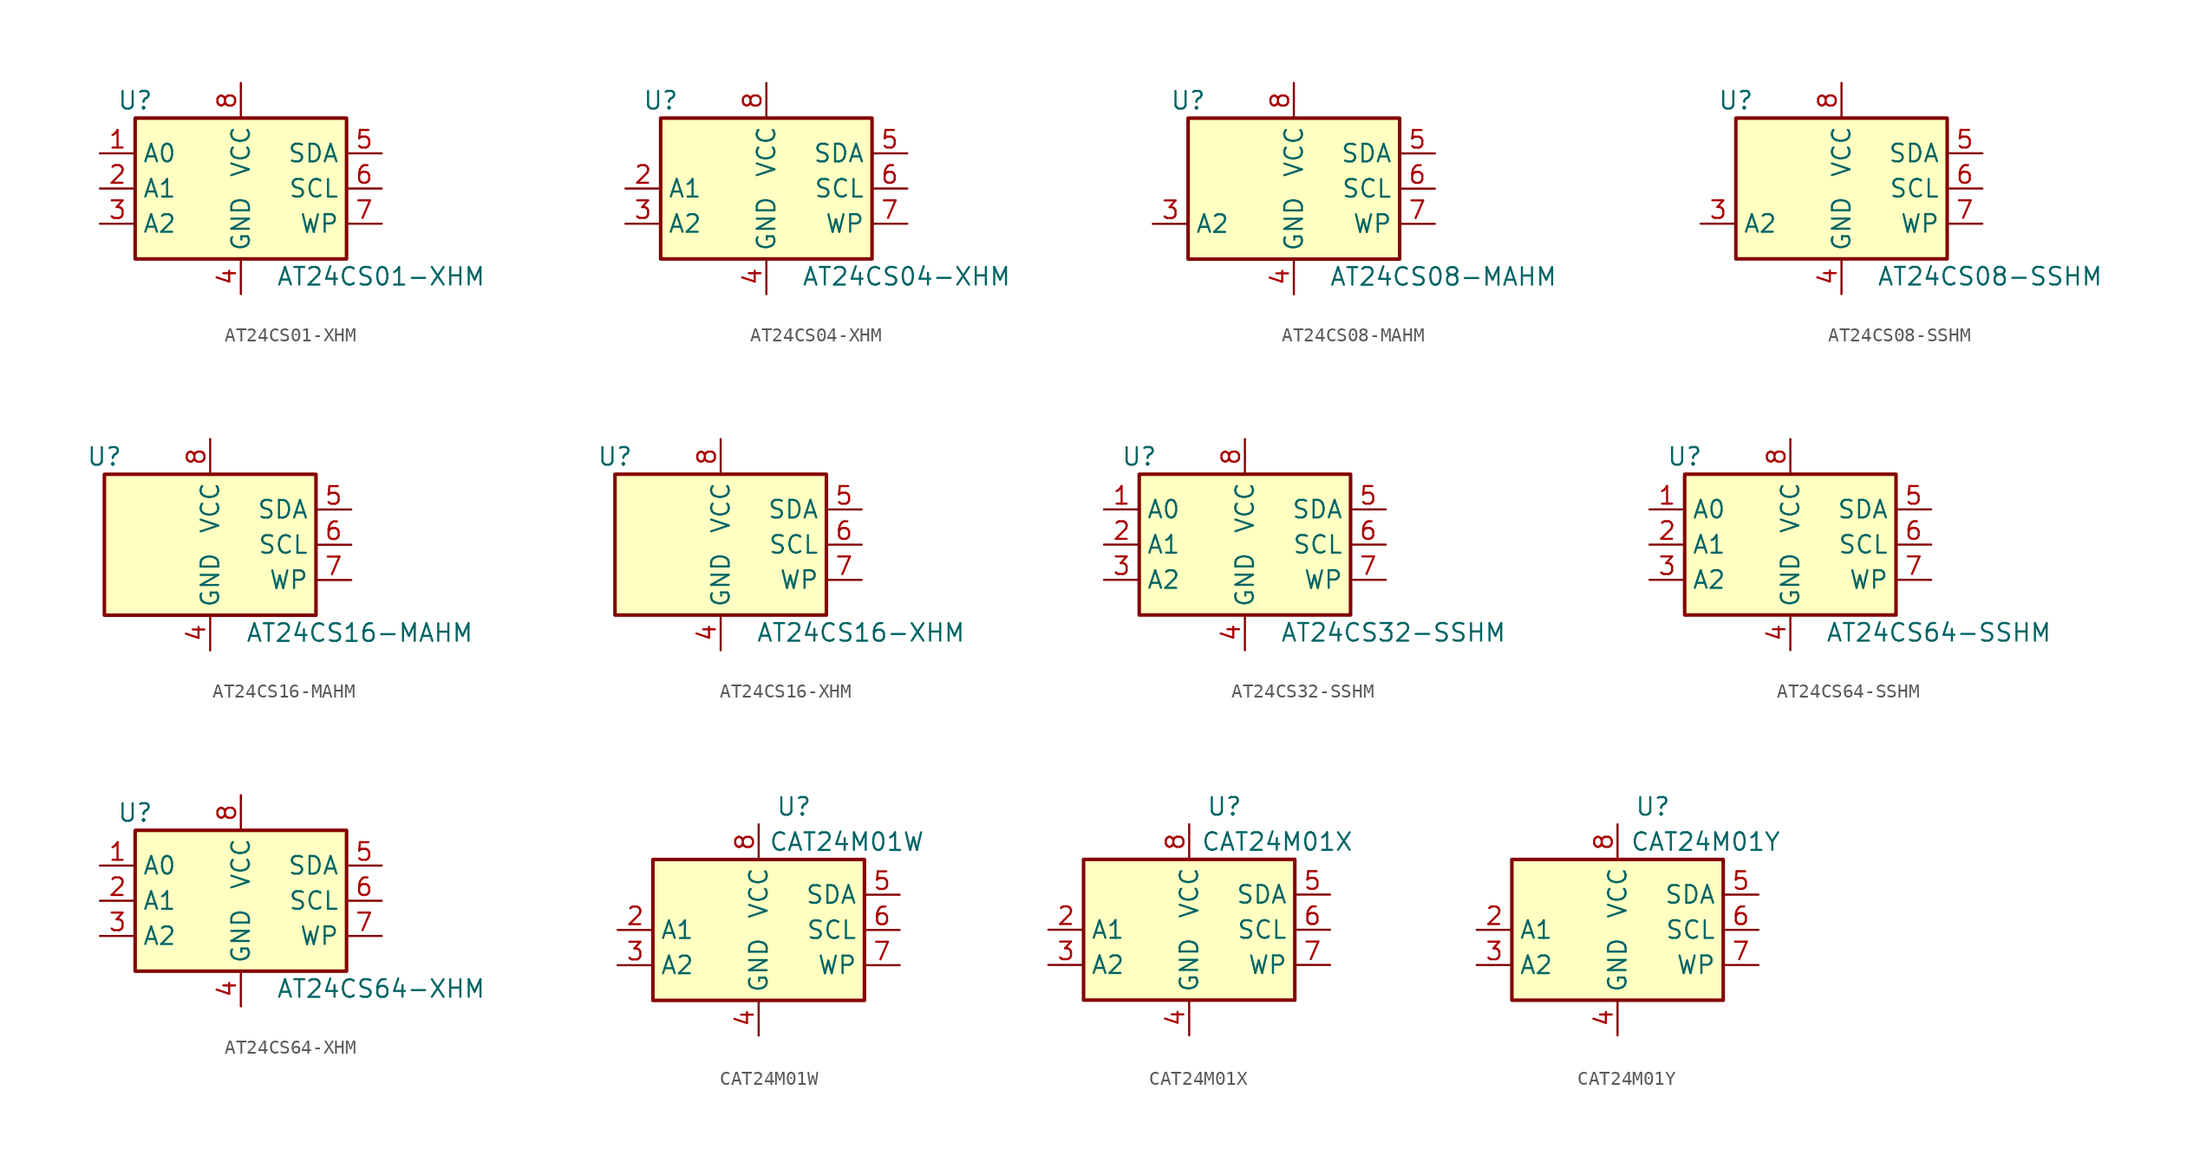
<source format=kicad_sym>
(kicad_symbol_lib
  (version 20220914)
  (generator kicad_symbol_editor)
  (symbol "AT24CS01-XHM"
    (property "Reference" "U"
      (at -7.62 6.35 0)
      (effects (font (size 1.27 1.27))))
    (property "Value" "AT24CS01-XHM"
      (at 2.54 -6.35 0)
      (effects (font (size 1.27 1.27)) (justify left)))
    (symbol "AT24CS01-XHM_1_1"
      (rectangle (start -7.62 5.08) (end 7.62 -5.08) (stroke (width 0.254) (type default)) (fill (type background)))
      (pin input line (at -10.16 2.54 0) (length 2.54) (name "A0" (effects (font (size 1.27 1.27)))) (number "1" (effects (font (size 1.27 1.27)))))
      (pin input line (at -10.16 0 0) (length 2.54) (name "A1" (effects (font (size 1.27 1.27)))) (number "2" (effects (font (size 1.27 1.27)))))
      (pin input line (at -10.16 -2.54 0) (length 2.54) (name "A2" (effects (font (size 1.27 1.27)))) (number "3" (effects (font (size 1.27 1.27)))))
      (pin power_in line (at 0 -7.62 90) (length 2.54) (name "GND" (effects (font (size 1.27 1.27)))) (number "4" (effects (font (size 1.27 1.27)))))
      (pin bidirectional line (at 10.16 2.54 180) (length 2.54) (name "SDA" (effects (font (size 1.27 1.27)))) (number "5" (effects (font (size 1.27 1.27)))))
      (pin input line (at 10.16 0 180) (length 2.54) (name "SCL" (effects (font (size 1.27 1.27)))) (number "6" (effects (font (size 1.27 1.27)))))
      (pin input line (at 10.16 -2.54 180) (length 2.54) (name "WP" (effects (font (size 1.27 1.27)))) (number "7" (effects (font (size 1.27 1.27)))))
      (pin power_in line (at 0 7.62 270) (length 2.54) (name "VCC" (effects (font (size 1.27 1.27)))) (number "8" (effects (font (size 1.27 1.27)))))))
  (symbol "AT24CS04-XHM"
    (property "Reference" "U"
      (at -7.62 6.35 0)
      (effects (font (size 1.27 1.27))))
    (property "Value" "AT24CS04-XHM"
      (at 2.54 -6.35 0)
      (effects (font (size 1.27 1.27)) (justify left)))
    (symbol "AT24CS04-XHM_1_1"
      (rectangle (start -7.62 5.08) (end 7.62 -5.08) (stroke (width 0.254) (type default)) (fill (type background)))
      (pin no_connect line (at -7.62 2.54 0) (length 2.54) hide (name "NC" (effects (font (size 1.27 1.27)))) (number "1" (effects (font (size 1.27 1.27)))))
      (pin input line (at -10.16 0 0) (length 2.54) (name "A1" (effects (font (size 1.27 1.27)))) (number "2" (effects (font (size 1.27 1.27)))))
      (pin input line (at -10.16 -2.54 0) (length 2.54) (name "A2" (effects (font (size 1.27 1.27)))) (number "3" (effects (font (size 1.27 1.27)))))
      (pin power_in line (at 0 -7.62 90) (length 2.54) (name "GND" (effects (font (size 1.27 1.27)))) (number "4" (effects (font (size 1.27 1.27)))))
      (pin bidirectional line (at 10.16 2.54 180) (length 2.54) (name "SDA" (effects (font (size 1.27 1.27)))) (number "5" (effects (font (size 1.27 1.27)))))
      (pin input line (at 10.16 0 180) (length 2.54) (name "SCL" (effects (font (size 1.27 1.27)))) (number "6" (effects (font (size 1.27 1.27)))))
      (pin input line (at 10.16 -2.54 180) (length 2.54) (name "WP" (effects (font (size 1.27 1.27)))) (number "7" (effects (font (size 1.27 1.27)))))
      (pin power_in line (at 0 7.62 270) (length 2.54) (name "VCC" (effects (font (size 1.27 1.27)))) (number "8" (effects (font (size 1.27 1.27)))))))
  (symbol "AT24CS08-MAHM"
    (property "Reference" "U"
      (at -7.62 6.35 0)
      (effects (font (size 1.27 1.27))))
    (property "Value" "AT24CS08-MAHM"
      (at 2.54 -6.35 0)
      (effects (font (size 1.27 1.27)) (justify left)))
    (symbol "AT24CS08-MAHM_1_1"
      (rectangle (start -7.62 5.08) (end 7.62 -5.08) (stroke (width 0.254) (type default)) (fill (type background)))
      (pin no_connect line (at -7.62 2.54 0) (length 2.54) hide (name "NC" (effects (font (size 1.27 1.27)))) (number "1" (effects (font (size 1.27 1.27)))))
      (pin no_connect line (at -7.62 0 0) (length 2.54) hide (name "NC" (effects (font (size 1.27 1.27)))) (number "2" (effects (font (size 1.27 1.27)))))
      (pin input line (at -10.16 -2.54 0) (length 2.54) (name "A2" (effects (font (size 1.27 1.27)))) (number "3" (effects (font (size 1.27 1.27)))))
      (pin power_in line (at 0 -7.62 90) (length 2.54) (name "GND" (effects (font (size 1.27 1.27)))) (number "4" (effects (font (size 1.27 1.27)))))
      (pin bidirectional line (at 10.16 2.54 180) (length 2.54) (name "SDA" (effects (font (size 1.27 1.27)))) (number "5" (effects (font (size 1.27 1.27)))))
      (pin input line (at 10.16 0 180) (length 2.54) (name "SCL" (effects (font (size 1.27 1.27)))) (number "6" (effects (font (size 1.27 1.27)))))
      (pin input line (at 10.16 -2.54 180) (length 2.54) (name "WP" (effects (font (size 1.27 1.27)))) (number "7" (effects (font (size 1.27 1.27)))))
      (pin power_in line (at 0 7.62 270) (length 2.54) (name "VCC" (effects (font (size 1.27 1.27)))) (number "8" (effects (font (size 1.27 1.27)))))
      (pin no_connect line (at -2.54 -5.08 90) (length 2.54) hide (name "NC" (effects (font (size 1.27 1.27)))) (number "9" (effects (font (size 1.27 1.27)))))))
  (symbol "AT24CS08-SSHM"
    (property "Reference" "U"
      (at -7.62 6.35 0)
      (effects (font (size 1.27 1.27))))
    (property "Value" "AT24CS08-SSHM"
      (at 2.54 -6.35 0)
      (effects (font (size 1.27 1.27)) (justify left)))
    (symbol "AT24CS08-SSHM_1_1"
      (rectangle (start -7.62 5.08) (end 7.62 -5.08) (stroke (width 0.254) (type default)) (fill (type background)))
      (pin no_connect line (at -7.62 2.54 0) (length 2.54) hide (name "NC" (effects (font (size 1.27 1.27)))) (number "1" (effects (font (size 1.27 1.27)))))
      (pin no_connect line (at -7.62 0 0) (length 2.54) hide (name "NC" (effects (font (size 1.27 1.27)))) (number "2" (effects (font (size 1.27 1.27)))))
      (pin input line (at -10.16 -2.54 0) (length 2.54) (name "A2" (effects (font (size 1.27 1.27)))) (number "3" (effects (font (size 1.27 1.27)))))
      (pin power_in line (at 0 -7.62 90) (length 2.54) (name "GND" (effects (font (size 1.27 1.27)))) (number "4" (effects (font (size 1.27 1.27)))))
      (pin bidirectional line (at 10.16 2.54 180) (length 2.54) (name "SDA" (effects (font (size 1.27 1.27)))) (number "5" (effects (font (size 1.27 1.27)))))
      (pin input line (at 10.16 0 180) (length 2.54) (name "SCL" (effects (font (size 1.27 1.27)))) (number "6" (effects (font (size 1.27 1.27)))))
      (pin input line (at 10.16 -2.54 180) (length 2.54) (name "WP" (effects (font (size 1.27 1.27)))) (number "7" (effects (font (size 1.27 1.27)))))
      (pin power_in line (at 0 7.62 270) (length 2.54) (name "VCC" (effects (font (size 1.27 1.27)))) (number "8" (effects (font (size 1.27 1.27)))))))
  (symbol "AT24CS16-MAHM"
    (property "Reference" "U"
      (at -7.62 6.35 0)
      (effects (font (size 1.27 1.27))))
    (property "Value" "AT24CS16-MAHM"
      (at 2.54 -6.35 0)
      (effects (font (size 1.27 1.27)) (justify left)))
    (symbol "AT24CS16-MAHM_1_1"
      (rectangle (start -7.62 5.08) (end 7.62 -5.08) (stroke (width 0.254) (type default)) (fill (type background)))
      (pin no_connect line (at -7.62 2.54 0) (length 2.54) hide (name "NC" (effects (font (size 1.27 1.27)))) (number "1" (effects (font (size 1.27 1.27)))))
      (pin no_connect line (at -7.62 0 0) (length 2.54) hide (name "NC" (effects (font (size 1.27 1.27)))) (number "2" (effects (font (size 1.27 1.27)))))
      (pin no_connect line (at -7.62 -2.54 0) (length 2.54) hide (name "NC" (effects (font (size 1.27 1.27)))) (number "3" (effects (font (size 1.27 1.27)))))
      (pin power_in line (at 0 -7.62 90) (length 2.54) (name "GND" (effects (font (size 1.27 1.27)))) (number "4" (effects (font (size 1.27 1.27)))))
      (pin bidirectional line (at 10.16 2.54 180) (length 2.54) (name "SDA" (effects (font (size 1.27 1.27)))) (number "5" (effects (font (size 1.27 1.27)))))
      (pin input line (at 10.16 0 180) (length 2.54) (name "SCL" (effects (font (size 1.27 1.27)))) (number "6" (effects (font (size 1.27 1.27)))))
      (pin input line (at 10.16 -2.54 180) (length 2.54) (name "WP" (effects (font (size 1.27 1.27)))) (number "7" (effects (font (size 1.27 1.27)))))
      (pin power_in line (at 0 7.62 270) (length 2.54) (name "VCC" (effects (font (size 1.27 1.27)))) (number "8" (effects (font (size 1.27 1.27)))))
      (pin no_connect line (at -2.54 -5.08 90) (length 2.54) hide (name "NC" (effects (font (size 1.27 1.27)))) (number "9" (effects (font (size 1.27 1.27)))))))
  (symbol "AT24CS16-XHM"
    (property "Reference" "U"
      (at -7.62 6.35 0)
      (effects (font (size 1.27 1.27))))
    (property "Value" "AT24CS16-XHM"
      (at 2.54 -6.35 0)
      (effects (font (size 1.27 1.27)) (justify left)))
    (symbol "AT24CS16-XHM_1_1"
      (rectangle (start -7.62 5.08) (end 7.62 -5.08) (stroke (width 0.254) (type default)) (fill (type background)))
      (pin no_connect line (at -7.62 2.54 0) (length 2.54) hide (name "NC" (effects (font (size 1.27 1.27)))) (number "1" (effects (font (size 1.27 1.27)))))
      (pin no_connect line (at -7.62 0 0) (length 2.54) hide (name "NC" (effects (font (size 1.27 1.27)))) (number "2" (effects (font (size 1.27 1.27)))))
      (pin no_connect line (at -7.62 -2.54 0) (length 2.54) hide (name "NC" (effects (font (size 1.27 1.27)))) (number "3" (effects (font (size 1.27 1.27)))))
      (pin power_in line (at 0 -7.62 90) (length 2.54) (name "GND" (effects (font (size 1.27 1.27)))) (number "4" (effects (font (size 1.27 1.27)))))
      (pin bidirectional line (at 10.16 2.54 180) (length 2.54) (name "SDA" (effects (font (size 1.27 1.27)))) (number "5" (effects (font (size 1.27 1.27)))))
      (pin input line (at 10.16 0 180) (length 2.54) (name "SCL" (effects (font (size 1.27 1.27)))) (number "6" (effects (font (size 1.27 1.27)))))
      (pin input line (at 10.16 -2.54 180) (length 2.54) (name "WP" (effects (font (size 1.27 1.27)))) (number "7" (effects (font (size 1.27 1.27)))))
      (pin power_in line (at 0 7.62 270) (length 2.54) (name "VCC" (effects (font (size 1.27 1.27)))) (number "8" (effects (font (size 1.27 1.27)))))))
  (symbol "AT24CS32-SSHM"
    (property "Reference" "U"
      (at -7.62 6.35 0)
      (effects (font (size 1.27 1.27))))
    (property "Value" "AT24CS32-SSHM"
      (at 2.54 -6.35 0)
      (effects (font (size 1.27 1.27)) (justify left)))
    (symbol "AT24CS32-SSHM_1_1"
      (rectangle (start -7.62 5.08) (end 7.62 -5.08) (stroke (width 0.254) (type default)) (fill (type background)))
      (pin input line (at -10.16 2.54 0) (length 2.54) (name "A0" (effects (font (size 1.27 1.27)))) (number "1" (effects (font (size 1.27 1.27)))))
      (pin input line (at -10.16 0 0) (length 2.54) (name "A1" (effects (font (size 1.27 1.27)))) (number "2" (effects (font (size 1.27 1.27)))))
      (pin input line (at -10.16 -2.54 0) (length 2.54) (name "A2" (effects (font (size 1.27 1.27)))) (number "3" (effects (font (size 1.27 1.27)))))
      (pin power_in line (at 0 -7.62 90) (length 2.54) (name "GND" (effects (font (size 1.27 1.27)))) (number "4" (effects (font (size 1.27 1.27)))))
      (pin bidirectional line (at 10.16 2.54 180) (length 2.54) (name "SDA" (effects (font (size 1.27 1.27)))) (number "5" (effects (font (size 1.27 1.27)))))
      (pin input line (at 10.16 0 180) (length 2.54) (name "SCL" (effects (font (size 1.27 1.27)))) (number "6" (effects (font (size 1.27 1.27)))))
      (pin input line (at 10.16 -2.54 180) (length 2.54) (name "WP" (effects (font (size 1.27 1.27)))) (number "7" (effects (font (size 1.27 1.27)))))
      (pin power_in line (at 0 7.62 270) (length 2.54) (name "VCC" (effects (font (size 1.27 1.27)))) (number "8" (effects (font (size 1.27 1.27)))))))
  (symbol "AT24CS64-SSHM"
    (property "Reference" "U"
      (at -7.62 6.35 0)
      (effects (font (size 1.27 1.27))))
    (property "Value" "AT24CS64-SSHM"
      (at 2.54 -6.35 0)
      (effects (font (size 1.27 1.27)) (justify left)))
    (symbol "AT24CS64-SSHM_1_1"
      (rectangle (start -7.62 5.08) (end 7.62 -5.08) (stroke (width 0.254) (type default)) (fill (type background)))
      (pin input line (at -10.16 2.54 0) (length 2.54) (name "A0" (effects (font (size 1.27 1.27)))) (number "1" (effects (font (size 1.27 1.27)))))
      (pin input line (at -10.16 0 0) (length 2.54) (name "A1" (effects (font (size 1.27 1.27)))) (number "2" (effects (font (size 1.27 1.27)))))
      (pin input line (at -10.16 -2.54 0) (length 2.54) (name "A2" (effects (font (size 1.27 1.27)))) (number "3" (effects (font (size 1.27 1.27)))))
      (pin power_in line (at 0 -7.62 90) (length 2.54) (name "GND" (effects (font (size 1.27 1.27)))) (number "4" (effects (font (size 1.27 1.27)))))
      (pin bidirectional line (at 10.16 2.54 180) (length 2.54) (name "SDA" (effects (font (size 1.27 1.27)))) (number "5" (effects (font (size 1.27 1.27)))))
      (pin input line (at 10.16 0 180) (length 2.54) (name "SCL" (effects (font (size 1.27 1.27)))) (number "6" (effects (font (size 1.27 1.27)))))
      (pin input line (at 10.16 -2.54 180) (length 2.54) (name "WP" (effects (font (size 1.27 1.27)))) (number "7" (effects (font (size 1.27 1.27)))))
      (pin power_in line (at 0 7.62 270) (length 2.54) (name "VCC" (effects (font (size 1.27 1.27)))) (number "8" (effects (font (size 1.27 1.27)))))))
  (symbol "AT24CS64-XHM"
    (property "Reference" "U"
      (at -7.62 6.35 0)
      (effects (font (size 1.27 1.27))))
    (property "Value" "AT24CS64-XHM"
      (at 2.54 -6.35 0)
      (effects (font (size 1.27 1.27)) (justify left)))
    (symbol "AT24CS64-XHM_1_1"
      (rectangle (start -7.62 5.08) (end 7.62 -5.08) (stroke (width 0.254) (type default)) (fill (type background)))
      (pin input line (at -10.16 2.54 0) (length 2.54) (name "A0" (effects (font (size 1.27 1.27)))) (number "1" (effects (font (size 1.27 1.27)))))
      (pin input line (at -10.16 0 0) (length 2.54) (name "A1" (effects (font (size 1.27 1.27)))) (number "2" (effects (font (size 1.27 1.27)))))
      (pin input line (at -10.16 -2.54 0) (length 2.54) (name "A2" (effects (font (size 1.27 1.27)))) (number "3" (effects (font (size 1.27 1.27)))))
      (pin power_in line (at 0 -7.62 90) (length 2.54) (name "GND" (effects (font (size 1.27 1.27)))) (number "4" (effects (font (size 1.27 1.27)))))
      (pin bidirectional line (at 10.16 2.54 180) (length 2.54) (name "SDA" (effects (font (size 1.27 1.27)))) (number "5" (effects (font (size 1.27 1.27)))))
      (pin input line (at 10.16 0 180) (length 2.54) (name "SCL" (effects (font (size 1.27 1.27)))) (number "6" (effects (font (size 1.27 1.27)))))
      (pin input line (at 10.16 -2.54 180) (length 2.54) (name "WP" (effects (font (size 1.27 1.27)))) (number "7" (effects (font (size 1.27 1.27)))))
      (pin power_in line (at 0 7.62 270) (length 2.54) (name "VCC" (effects (font (size 1.27 1.27)))) (number "8" (effects (font (size 1.27 1.27)))))))
  (symbol "CAT24M01W"
    (property "Reference" "U"
      (at 2.54 8.89 0)
      (effects (font (size 1.27 1.27))))
    (property "Value" "CAT24M01W"
      (at 6.35 6.35 0)
      (effects (font (size 1.27 1.27))))
    (symbol "CAT24M01W_1_1"
      (rectangle (start -7.62 5.08) (end 7.62 -5.08) (stroke (width 0.254) (type default)) (fill (type background)))
      (pin no_connect line (at -7.62 2.54 0) (length 2.54) hide (name "NC" (effects (font (size 1.27 1.27)))) (number "1" (effects (font (size 1.27 1.27)))))
      (pin input line (at -10.16 0 0) (length 2.54) (name "A1" (effects (font (size 1.27 1.27)))) (number "2" (effects (font (size 1.27 1.27)))))
      (pin input line (at -10.16 -2.54 0) (length 2.54) (name "A2" (effects (font (size 1.27 1.27)))) (number "3" (effects (font (size 1.27 1.27)))))
      (pin power_in line (at 0 -7.62 90) (length 2.54) (name "GND" (effects (font (size 1.27 1.27)))) (number "4" (effects (font (size 1.27 1.27)))))
      (pin bidirectional line (at 10.16 2.54 180) (length 2.54) (name "SDA" (effects (font (size 1.27 1.27)))) (number "5" (effects (font (size 1.27 1.27)))))
      (pin input line (at 10.16 0 180) (length 2.54) (name "SCL" (effects (font (size 1.27 1.27)))) (number "6" (effects (font (size 1.27 1.27)))))
      (pin input line (at 10.16 -2.54 180) (length 2.54) (name "WP" (effects (font (size 1.27 1.27)))) (number "7" (effects (font (size 1.27 1.27)))))
      (pin power_in line (at 0 7.62 270) (length 2.54) (name "VCC" (effects (font (size 1.27 1.27)))) (number "8" (effects (font (size 1.27 1.27)))))))
  (symbol "CAT24M01X"
    (property "Reference" "U"
      (at 2.54 8.89 0)
      (effects (font (size 1.27 1.27))))
    (property "Value" "CAT24M01X"
      (at 6.35 6.35 0)
      (effects (font (size 1.27 1.27))))
    (symbol "CAT24M01X_1_1"
      (rectangle (start -7.62 5.08) (end 7.62 -5.08) (stroke (width 0.254) (type default)) (fill (type background)))
      (pin no_connect line (at -7.62 2.54 0) (length 2.54) hide (name "NC" (effects (font (size 1.27 1.27)))) (number "1" (effects (font (size 1.27 1.27)))))
      (pin input line (at -10.16 0 0) (length 2.54) (name "A1" (effects (font (size 1.27 1.27)))) (number "2" (effects (font (size 1.27 1.27)))))
      (pin input line (at -10.16 -2.54 0) (length 2.54) (name "A2" (effects (font (size 1.27 1.27)))) (number "3" (effects (font (size 1.27 1.27)))))
      (pin power_in line (at 0 -7.62 90) (length 2.54) (name "GND" (effects (font (size 1.27 1.27)))) (number "4" (effects (font (size 1.27 1.27)))))
      (pin bidirectional line (at 10.16 2.54 180) (length 2.54) (name "SDA" (effects (font (size 1.27 1.27)))) (number "5" (effects (font (size 1.27 1.27)))))
      (pin input line (at 10.16 0 180) (length 2.54) (name "SCL" (effects (font (size 1.27 1.27)))) (number "6" (effects (font (size 1.27 1.27)))))
      (pin input line (at 10.16 -2.54 180) (length 2.54) (name "WP" (effects (font (size 1.27 1.27)))) (number "7" (effects (font (size 1.27 1.27)))))
      (pin power_in line (at 0 7.62 270) (length 2.54) (name "VCC" (effects (font (size 1.27 1.27)))) (number "8" (effects (font (size 1.27 1.27)))))))
  (symbol "CAT24M01Y"
    (property "Reference" "U"
      (at 2.54 8.89 0)
      (effects (font (size 1.27 1.27))))
    (property "Value" "CAT24M01Y"
      (at 6.35 6.35 0)
      (effects (font (size 1.27 1.27))))
    (symbol "CAT24M01Y_1_1"
      (rectangle (start -7.62 5.08) (end 7.62 -5.08) (stroke (width 0.254) (type default)) (fill (type background)))
      (pin no_connect line (at -7.62 2.54 0) (length 2.54) hide (name "NC" (effects (font (size 1.27 1.27)))) (number "1" (effects (font (size 1.27 1.27)))))
      (pin input line (at -10.16 0 0) (length 2.54) (name "A1" (effects (font (size 1.27 1.27)))) (number "2" (effects (font (size 1.27 1.27)))))
      (pin input line (at -10.16 -2.54 0) (length 2.54) (name "A2" (effects (font (size 1.27 1.27)))) (number "3" (effects (font (size 1.27 1.27)))))
      (pin power_in line (at 0 -7.62 90) (length 2.54) (name "GND" (effects (font (size 1.27 1.27)))) (number "4" (effects (font (size 1.27 1.27)))))
      (pin bidirectional line (at 10.16 2.54 180) (length 2.54) (name "SDA" (effects (font (size 1.27 1.27)))) (number "5" (effects (font (size 1.27 1.27)))))
      (pin input line (at 10.16 0 180) (length 2.54) (name "SCL" (effects (font (size 1.27 1.27)))) (number "6" (effects (font (size 1.27 1.27)))))
      (pin input line (at 10.16 -2.54 180) (length 2.54) (name "WP" (effects (font (size 1.27 1.27)))) (number "7" (effects (font (size 1.27 1.27)))))
      (pin power_in line (at 0 7.62 270) (length 2.54) (name "VCC" (effects (font (size 1.27 1.27)))) (number "8" (effects (font (size 1.27 1.27))))))))
</source>
